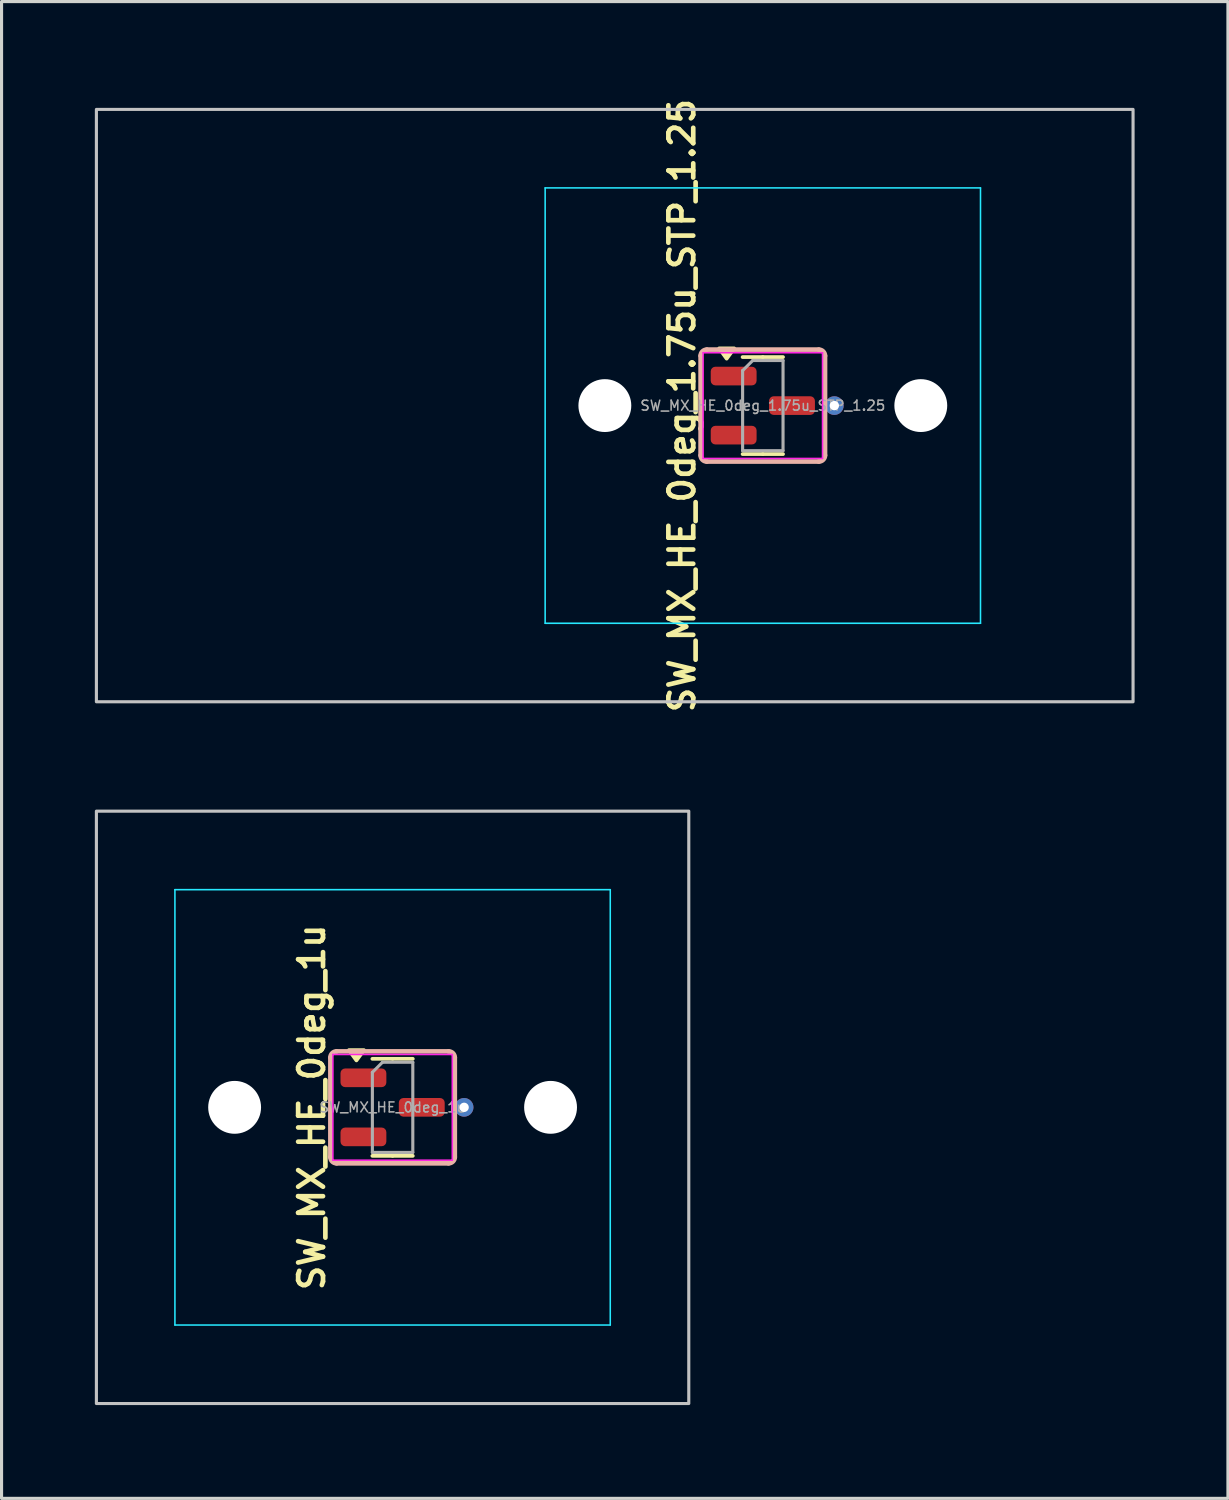
<source format=kicad_pcb>
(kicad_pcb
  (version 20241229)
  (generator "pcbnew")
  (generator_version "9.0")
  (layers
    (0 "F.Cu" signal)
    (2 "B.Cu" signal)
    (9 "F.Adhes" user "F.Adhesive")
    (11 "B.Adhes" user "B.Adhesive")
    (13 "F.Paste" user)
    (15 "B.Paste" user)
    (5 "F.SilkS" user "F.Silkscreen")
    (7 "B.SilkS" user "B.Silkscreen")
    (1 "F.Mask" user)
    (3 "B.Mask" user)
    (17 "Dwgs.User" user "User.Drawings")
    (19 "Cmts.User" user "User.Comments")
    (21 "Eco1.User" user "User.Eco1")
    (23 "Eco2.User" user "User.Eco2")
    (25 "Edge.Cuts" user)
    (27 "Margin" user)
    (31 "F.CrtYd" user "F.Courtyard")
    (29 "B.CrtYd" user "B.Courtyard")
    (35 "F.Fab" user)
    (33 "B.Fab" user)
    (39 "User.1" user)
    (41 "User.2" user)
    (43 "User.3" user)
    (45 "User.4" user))
  (footprint "SW_MX_HE_0deg_1.75u_STP_1.25"
    (layer "F.Cu")
    (at 21.481 9.993)
    (property "Reference" "SW_MX_HE_0deg_1.75u_STP_1.25" (at -2.6 0 90) (layer "F.SilkS") (effects (font (size 0.8 0.8) (thickness 0.15))))
    (attr smd)
    (fp_line (start 0 -1.56) (end -0.65 -1.56) (stroke (width 0.12) (type solid)) (layer "F.SilkS"))
    (fp_line (start 0 -1.56) (end 0.65 -1.56) (stroke (width 0.12) (type solid)) (layer "F.SilkS"))
    (fp_line (start 0 1.56) (end -0.65 1.56) (stroke (width 0.12) (type solid)) (layer "F.SilkS"))
    (fp_line (start 0 1.56) (end 0.65 1.56) (stroke (width 0.12) (type solid)) (layer "F.SilkS"))
    (fp_poly (pts (xy -1.163 -1.51) (xy -1.403 -1.84) (xy -0.922 -1.84) (xy -1.163 -1.51)) (stroke (width 0.12) (type solid)) (fill yes) (layer "F.SilkS"))
    (fp_line (start -2 -1.6) (end -2 1.6) (stroke (width 0.15) (type default)) (layer "B.SilkS"))
    (fp_line (start -1.8 1.8) (end 1.8 1.8) (stroke (width 0.15) (type default)) (layer "B.SilkS"))
    (fp_line (start 1.8 -1.8) (end -1.8 -1.8) (stroke (width 0.15) (type default)) (layer "B.SilkS"))
    (fp_line (start 2 1.6) (end 2 -1.6) (stroke (width 0.15) (type default)) (layer "B.SilkS"))
    (fp_arc (start -2 -1.6) (mid -1.941421 -1.741421) (end -1.8 -1.8) (stroke (width 0.15) (type default)) (layer "B.SilkS"))
    (fp_arc (start -1.8 1.8) (mid -1.941421 1.741421) (end -2 1.6) (stroke (width 0.15) (type default)) (layer "B.SilkS"))
    (fp_arc (start 1.8 -1.8) (mid 1.941421 -1.741421) (end 2 -1.6) (stroke (width 0.15) (type default)) (layer "B.SilkS"))
    (fp_arc (start 2 1.6) (mid 1.941421 1.741421) (end 1.8 1.8) (stroke (width 0.15) (type default)) (layer "B.SilkS"))
    (fp_rect (start -21.431 -9.525) (end 11.906 9.525) (stroke (width 0.1) (type default)) (fill no) (layer "Dwgs.User"))
    (fp_line (start -7 6.5) (end -7 -6.5) (stroke (width 0.05) (type solid)) (layer "Eco2.User"))
    (fp_line (start -6.5 -7) (end 6.5 -7) (stroke (width 0.05) (type solid)) (layer "Eco2.User"))
    (fp_line (start 6.5 7) (end -6.5 7) (stroke (width 0.05) (type solid)) (layer "Eco2.User"))
    (fp_line (start 7 -6.5) (end 7 6.5) (stroke (width 0.05) (type solid)) (layer "Eco2.User"))
    (fp_arc (start -7 -6.5) (mid -6.853553 -6.853553) (end -6.5 -7) (stroke (width 0.05) (type solid)) (layer "Eco2.User"))
    (fp_arc (start -6.5 7) (mid -6.853553 6.853553) (end -7 6.5) (stroke (width 0.05) (type solid)) (layer "Eco2.User"))
    (fp_arc (start 6.5 -7) (mid 6.853553 -6.853553) (end 7 -6.5) (stroke (width 0.05) (type solid)) (layer "Eco2.User"))
    (fp_arc (start 6.997236 6.498884) (mid 6.850789 6.852437) (end 6.497236 6.998884) (stroke (width 0.05) (type solid)) (layer "Eco2.User"))
    (fp_line (start -7 -7) (end -7 7) (stroke (width 0.05) (type solid)) (layer "B.CrtYd"))
    (fp_line (start -7 7) (end 7 7) (stroke (width 0.05) (type solid)) (layer "B.CrtYd"))
    (fp_line (start 7 -7) (end -7 -7) (stroke (width 0.05) (type solid)) (layer "B.CrtYd"))
    (fp_line (start 7 7) (end 7 -7) (stroke (width 0.05) (type solid)) (layer "B.CrtYd"))
    (fp_line (start -1.92 -1.7) (end -1.92 1.7) (stroke (width 0.05) (type solid)) (layer "F.CrtYd"))
    (fp_line (start -1.92 1.7) (end 1.92 1.7) (stroke (width 0.05) (type solid)) (layer "F.CrtYd"))
    (fp_line (start 1.92 -1.7) (end -1.92 -1.7) (stroke (width 0.05) (type solid)) (layer "F.CrtYd"))
    (fp_line (start 1.92 1.7) (end 1.92 -1.7) (stroke (width 0.05) (type solid)) (layer "F.CrtYd"))
    (fp_line (start -0.65 -1.125) (end -0.325 -1.45) (stroke (width 0.1) (type solid)) (layer "F.Fab"))
    (fp_line (start -0.65 1.45) (end -0.65 -1.125) (stroke (width 0.1) (type solid)) (layer "F.Fab"))
    (fp_line (start -0.325 -1.45) (end 0.65 -1.45) (stroke (width 0.1) (type solid)) (layer "F.Fab"))
    (fp_line (start 0.65 -1.45) (end 0.65 1.45) (stroke (width 0.1) (type solid)) (layer "F.Fab"))
    (fp_line (start 0.65 1.45) (end -0.65 1.45) (stroke (width 0.1) (type solid)) (layer "F.Fab"))
    (fp_text user "${REFERENCE}" (at 0 0 0) (layer "F.Fab") (effects (font (size 0.32 0.32) (thickness 0.05))))
    (pad "" np_thru_hole circle (at -5.08 0) (size 1.7 1.7) (drill 1.7) (layers "*.Cu" "*.Mask"))
    (pad "" np_thru_hole circle (at 5.08 0) (size 1.7 1.7) (drill 1.7) (layers "*.Cu" "*.Mask"))
    (pad "1" smd roundrect (at -0.938 -0.95) (size 1.475 0.6) (layers "F.Cu" "F.Mask" "F.Paste") (roundrect_rratio 0.25))
    (pad "2" smd roundrect (at -0.938 0.95) (size 1.475 0.6) (layers "F.Cu" "F.Mask" "F.Paste") (roundrect_rratio 0.25))
    (pad "3" smd roundrect (at 0.938 0) (size 1.475 0.6) (layers "F.Cu" "F.Mask" "F.Paste") (roundrect_rratio 0.25))
    (pad "3" thru_hole circle (at 2.3 0) (size 0.6 0.6) (drill 0.3) (layers "*.Cu"))
    (zone (net_name "") (layer "F.Cu") (name "HE keepout_bot") (hatch edge 0.5) (connect_pads) (min_thickness 0.25) (filled_areas_thickness no) (keepout (tracks allowed) (vias allowed) (pads allowed) (copperpour not_allowed) (footprints allowed)) (placement (enabled no)) (fill) (polygon (pts (arc (start 23.48125 8.392622) (mid 23.422671 8.251201) (end 23.28125 8.192622)) (arc (start 19.68125 8.192622) (mid 19.539829 8.251201) (end 19.48125 8.392622)) (arc (start 19.48125 11.592622) (mid 19.539829 11.734043) (end 19.68125 11.792622)) (arc (start 23.28125 11.792622) (mid 23.422671 11.734043) (end 23.48125 11.592622)) (arc (start 23.48125 10.492622) (mid 23.422671 10.351201) (end 23.28125 10.292622)) (arc (start 21.88125 10.292622) (mid 21.739829 10.234043) (end 21.68125 10.092622)) (arc (start 21.68125 9.892622) (mid 21.739829 9.751201) (end 21.88125 9.692622)) (arc (start 23.28125 9.692622) (mid 23.422671 9.634043) (end 23.48125 9.492622)))))
    (zone (net_name "") (layer "In1.Cu") (name "HE keepout_top") (hatch edge 0.5) (connect_pads) (min_thickness 0.25) (filled_areas_thickness no) (keepout (tracks allowed) (vias allowed) (pads allowed) (copperpour not_allowed) (footprints allowed)) (placement (enabled no)) (fill) (polygon (pts (arc (start 23.48125 8.392622) (mid 23.422671 8.251201) (end 23.28125 8.192622)) (arc (start 19.68125 8.192622) (mid 19.539829 8.251201) (end 19.48125 8.392622)) (arc (start 19.48125 11.592622) (mid 19.539829 11.734043) (end 19.68125 11.792622)) (arc (start 23.28125 11.792622) (mid 23.422671 11.734043) (end 23.48125 11.592622))))))
  (footprint "SW_MX_HE_0deg_1u"
    (layer "F.Cu")
    (at 9.575 32.56)
    (property "Reference" "SW_MX_HE_0deg_1u" (at -2.6 0 90) (layer "F.SilkS") (effects (font (size 0.8 0.8) (thickness 0.15))))
    (attr smd)
    (fp_line (start 0 -1.56) (end -0.65 -1.56) (stroke (width 0.12) (type solid)) (layer "F.SilkS"))
    (fp_line (start 0 -1.56) (end 0.65 -1.56) (stroke (width 0.12) (type solid)) (layer "F.SilkS"))
    (fp_line (start 0 1.56) (end -0.65 1.56) (stroke (width 0.12) (type solid)) (layer "F.SilkS"))
    (fp_line (start 0 1.56) (end 0.65 1.56) (stroke (width 0.12) (type solid)) (layer "F.SilkS"))
    (fp_poly (pts (xy -1.163 -1.51) (xy -1.403 -1.84) (xy -0.922 -1.84) (xy -1.163 -1.51)) (stroke (width 0.12) (type solid)) (fill yes) (layer "F.SilkS"))
    (fp_line (start -2 -1.6) (end -2 1.6) (stroke (width 0.15) (type default)) (layer "B.SilkS"))
    (fp_line (start -1.8 1.8) (end 1.8 1.8) (stroke (width 0.15) (type default)) (layer "B.SilkS"))
    (fp_line (start 1.8 -1.8) (end -1.8 -1.8) (stroke (width 0.15) (type default)) (layer "B.SilkS"))
    (fp_line (start 2 1.6) (end 2 -1.6) (stroke (width 0.15) (type default)) (layer "B.SilkS"))
    (fp_arc (start -2 -1.6) (mid -1.941421 -1.741421) (end -1.8 -1.8) (stroke (width 0.15) (type default)) (layer "B.SilkS"))
    (fp_arc (start -1.8 1.8) (mid -1.941421 1.741421) (end -2 1.6) (stroke (width 0.15) (type default)) (layer "B.SilkS"))
    (fp_arc (start 1.8 -1.8) (mid 1.941421 -1.741421) (end 2 -1.6) (stroke (width 0.15) (type default)) (layer "B.SilkS"))
    (fp_arc (start 2 1.6) (mid 1.941421 1.741421) (end 1.8 1.8) (stroke (width 0.15) (type default)) (layer "B.SilkS"))
    (fp_rect (start -9.525 -9.525) (end 9.525 9.525) (stroke (width 0.1) (type default)) (fill no) (layer "Dwgs.User"))
    (fp_line (start -7 6.5) (end -7 -6.5) (stroke (width 0.05) (type solid)) (layer "Eco2.User"))
    (fp_line (start -6.5 -7) (end 6.5 -7) (stroke (width 0.05) (type solid)) (layer "Eco2.User"))
    (fp_line (start 6.5 7) (end -6.5 7) (stroke (width 0.05) (type solid)) (layer "Eco2.User"))
    (fp_line (start 7 -6.5) (end 7 6.5) (stroke (width 0.05) (type solid)) (layer "Eco2.User"))
    (fp_arc (start -7 -6.5) (mid -6.853553 -6.853553) (end -6.5 -7) (stroke (width 0.05) (type solid)) (layer "Eco2.User"))
    (fp_arc (start -6.5 7) (mid -6.853553 6.853553) (end -7 6.5) (stroke (width 0.05) (type solid)) (layer "Eco2.User"))
    (fp_arc (start 6.5 -7) (mid 6.853553 -6.853553) (end 7 -6.5) (stroke (width 0.05) (type solid)) (layer "Eco2.User"))
    (fp_arc (start 6.997236 6.498884) (mid 6.850789 6.852437) (end 6.497236 6.998884) (stroke (width 0.05) (type solid)) (layer "Eco2.User"))
    (fp_line (start -7 -7) (end -7 7) (stroke (width 0.05) (type solid)) (layer "B.CrtYd"))
    (fp_line (start -7 7) (end 7 7) (stroke (width 0.05) (type solid)) (layer "B.CrtYd"))
    (fp_line (start 7 -7) (end -7 -7) (stroke (width 0.05) (type solid)) (layer "B.CrtYd"))
    (fp_line (start 7 7) (end 7 -7) (stroke (width 0.05) (type solid)) (layer "B.CrtYd"))
    (fp_line (start -1.92 -1.7) (end -1.92 1.7) (stroke (width 0.05) (type solid)) (layer "F.CrtYd"))
    (fp_line (start -1.92 1.7) (end 1.92 1.7) (stroke (width 0.05) (type solid)) (layer "F.CrtYd"))
    (fp_line (start 1.92 -1.7) (end -1.92 -1.7) (stroke (width 0.05) (type solid)) (layer "F.CrtYd"))
    (fp_line (start 1.92 1.7) (end 1.92 -1.7) (stroke (width 0.05) (type solid)) (layer "F.CrtYd"))
    (fp_line (start -0.65 -1.125) (end -0.325 -1.45) (stroke (width 0.1) (type solid)) (layer "F.Fab"))
    (fp_line (start -0.65 1.45) (end -0.65 -1.125) (stroke (width 0.1) (type solid)) (layer "F.Fab"))
    (fp_line (start -0.325 -1.45) (end 0.65 -1.45) (stroke (width 0.1) (type solid)) (layer "F.Fab"))
    (fp_line (start 0.65 -1.45) (end 0.65 1.45) (stroke (width 0.1) (type solid)) (layer "F.Fab"))
    (fp_line (start 0.65 1.45) (end -0.65 1.45) (stroke (width 0.1) (type solid)) (layer "F.Fab"))
    (fp_text user "${REFERENCE}" (at 0 0 0) (layer "F.Fab") (effects (font (size 0.32 0.32) (thickness 0.05))))
    (pad "" np_thru_hole circle (at -5.08 0) (size 1.7 1.7) (drill 1.7) (layers "*.Cu" "*.Mask"))
    (pad "" np_thru_hole circle (at 5.08 0) (size 1.7 1.7) (drill 1.7) (layers "*.Cu" "*.Mask"))
    (pad "1" smd roundrect (at -0.938 -0.95) (size 1.475 0.6) (layers "F.Cu" "F.Mask" "F.Paste") (roundrect_rratio 0.25))
    (pad "2" smd roundrect (at -0.938 0.95) (size 1.475 0.6) (layers "F.Cu" "F.Mask" "F.Paste") (roundrect_rratio 0.25))
    (pad "3" smd roundrect (at 0.938 0) (size 1.475 0.6) (layers "F.Cu" "F.Mask" "F.Paste") (roundrect_rratio 0.25))
    (pad "3" thru_hole circle (at 2.3 0) (size 0.6 0.6) (drill 0.3) (layers "*.Cu"))
    (zone (net_name "") (layer "F.Cu") (name "HE keepout_bot") (hatch edge 0.5) (connect_pads) (min_thickness 0.25) (filled_areas_thickness no) (keepout (tracks allowed) (vias allowed) (pads allowed) (copperpour not_allowed) (footprints allowed)) (placement (enabled no)) (fill) (polygon (pts (arc (start 11.575 30.960243) (mid 11.516421 30.818822) (end 11.375 30.760243)) (arc (start 7.775 30.760243) (mid 7.633579 30.818822) (end 7.575 30.960243)) (arc (start 7.575 34.160243) (mid 7.633579 34.301664) (end 7.775 34.360243)) (arc (start 11.375 34.360243) (mid 11.516421 34.301664) (end 11.575 34.160243)) (arc (start 11.575 33.060243) (mid 11.516421 32.918822) (end 11.375 32.860243)) (arc (start 9.975 32.860243) (mid 9.833579 32.801664) (end 9.775 32.660243)) (arc (start 9.775 32.460243) (mid 9.833579 32.318822) (end 9.975 32.260243)) (arc (start 11.375 32.260243) (mid 11.516421 32.201664) (end 11.575 32.060243)))))
    (zone (net_name "") (layer "In1.Cu") (name "HE keepout_top") (hatch edge 0.5) (connect_pads) (min_thickness 0.25) (filled_areas_thickness no) (keepout (tracks allowed) (vias allowed) (pads allowed) (copperpour not_allowed) (footprints allowed)) (placement (enabled no)) (fill) (polygon (pts (arc (start 11.575 30.960243) (mid 11.516421 30.818822) (end 11.375 30.760243)) (arc (start 7.775 30.760243) (mid 7.633579 30.818822) (end 7.575 30.960243)) (arc (start 7.575 34.160243) (mid 7.633579 34.301664) (end 7.775 34.360243)) (arc (start 11.375 34.360243) (mid 11.516421 34.301664) (end 11.575 34.160243))))))
  (gr_rect
    (start -3 -3)
    (end 36.438 45.135)
    (stroke (width 0.1) (type default))
    (fill no)
    (layer "Edge.Cuts")))
</source>
